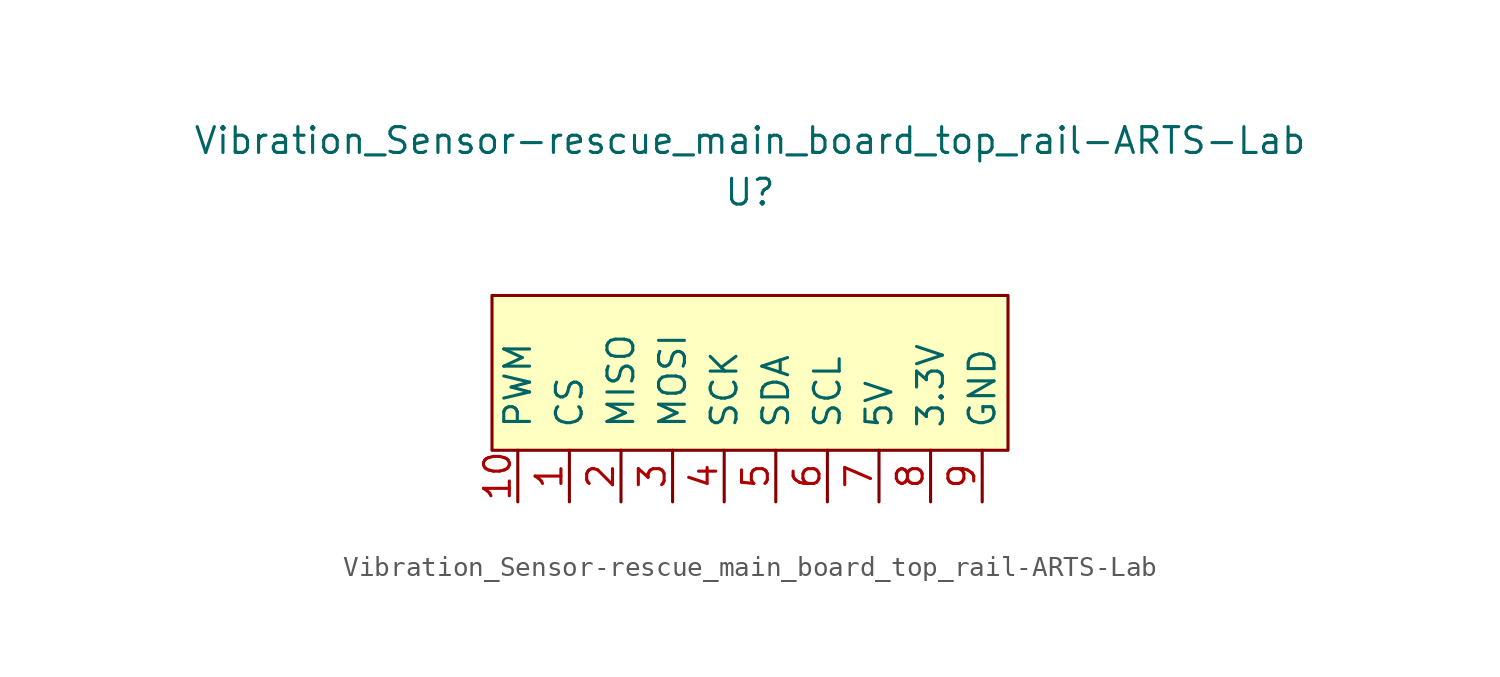
<source format=kicad_sym>
(kicad_symbol_lib
  (version 20220914)
  (generator kicad_symbol_editor)
  (symbol "Vibration_Sensor-rescue_main_board_top_rail-ARTS-Lab"
    (pin_names
      (offset 1.016))
    (property "Reference" "U"
      (at 0 5.08 0)
      (effects (font (size 1.27 1.27))))
    (property "Value" "Vibration_Sensor-rescue_main_board_top_rail-ARTS-Lab"
      (at 0 7.62 0)
      (effects (font (size 1.27 1.27))))
    (symbol "Vibration_Sensor-rescue_main_board_top_rail-ARTS-Lab_0_1"
      (rectangle (start -12.7 0) (end 12.7 -7.62) (stroke (width 0) (type solid)) (fill (type background))))
    (symbol "Vibration_Sensor-rescue_main_board_top_rail-ARTS-Lab_1_1"
      (pin input line (at -8.89 -10.16 90) (length 2.54) (name "CS" (effects (font (size 1.27 1.27)))) (number "1" (effects (font (size 1.27 1.27)))))
      (pin passive line (at -11.43 -10.16 90) (length 2.54) (name "PWM" (effects (font (size 1.27 1.27)))) (number "10" (effects (font (size 1.27 1.27)))))
      (pin input line (at -6.35 -10.16 90) (length 2.54) (name "MISO" (effects (font (size 1.27 1.27)))) (number "2" (effects (font (size 1.27 1.27)))))
      (pin input line (at -3.81 -10.16 90) (length 2.54) (name "MOSI" (effects (font (size 1.27 1.27)))) (number "3" (effects (font (size 1.27 1.27)))))
      (pin input line (at -1.27 -10.16 90) (length 2.54) (name "SCK" (effects (font (size 1.27 1.27)))) (number "4" (effects (font (size 1.27 1.27)))))
      (pin input line (at 1.27 -10.16 90) (length 2.54) (name "SDA" (effects (font (size 1.27 1.27)))) (number "5" (effects (font (size 1.27 1.27)))))
      (pin input line (at 3.81 -10.16 90) (length 2.54) (name "SCL" (effects (font (size 1.27 1.27)))) (number "6" (effects (font (size 1.27 1.27)))))
      (pin input line (at 6.35 -10.16 90) (length 2.54) (name "5V" (effects (font (size 1.27 1.27)))) (number "7" (effects (font (size 1.27 1.27)))))
      (pin input line (at 8.89 -10.16 90) (length 2.54) (name "3.3V" (effects (font (size 1.27 1.27)))) (number "8" (effects (font (size 1.27 1.27)))))
      (pin input line (at 11.43 -10.16 90) (length 2.54) (name "GND" (effects (font (size 1.27 1.27)))) (number "9" (effects (font (size 1.27 1.27))))))))
</source>
